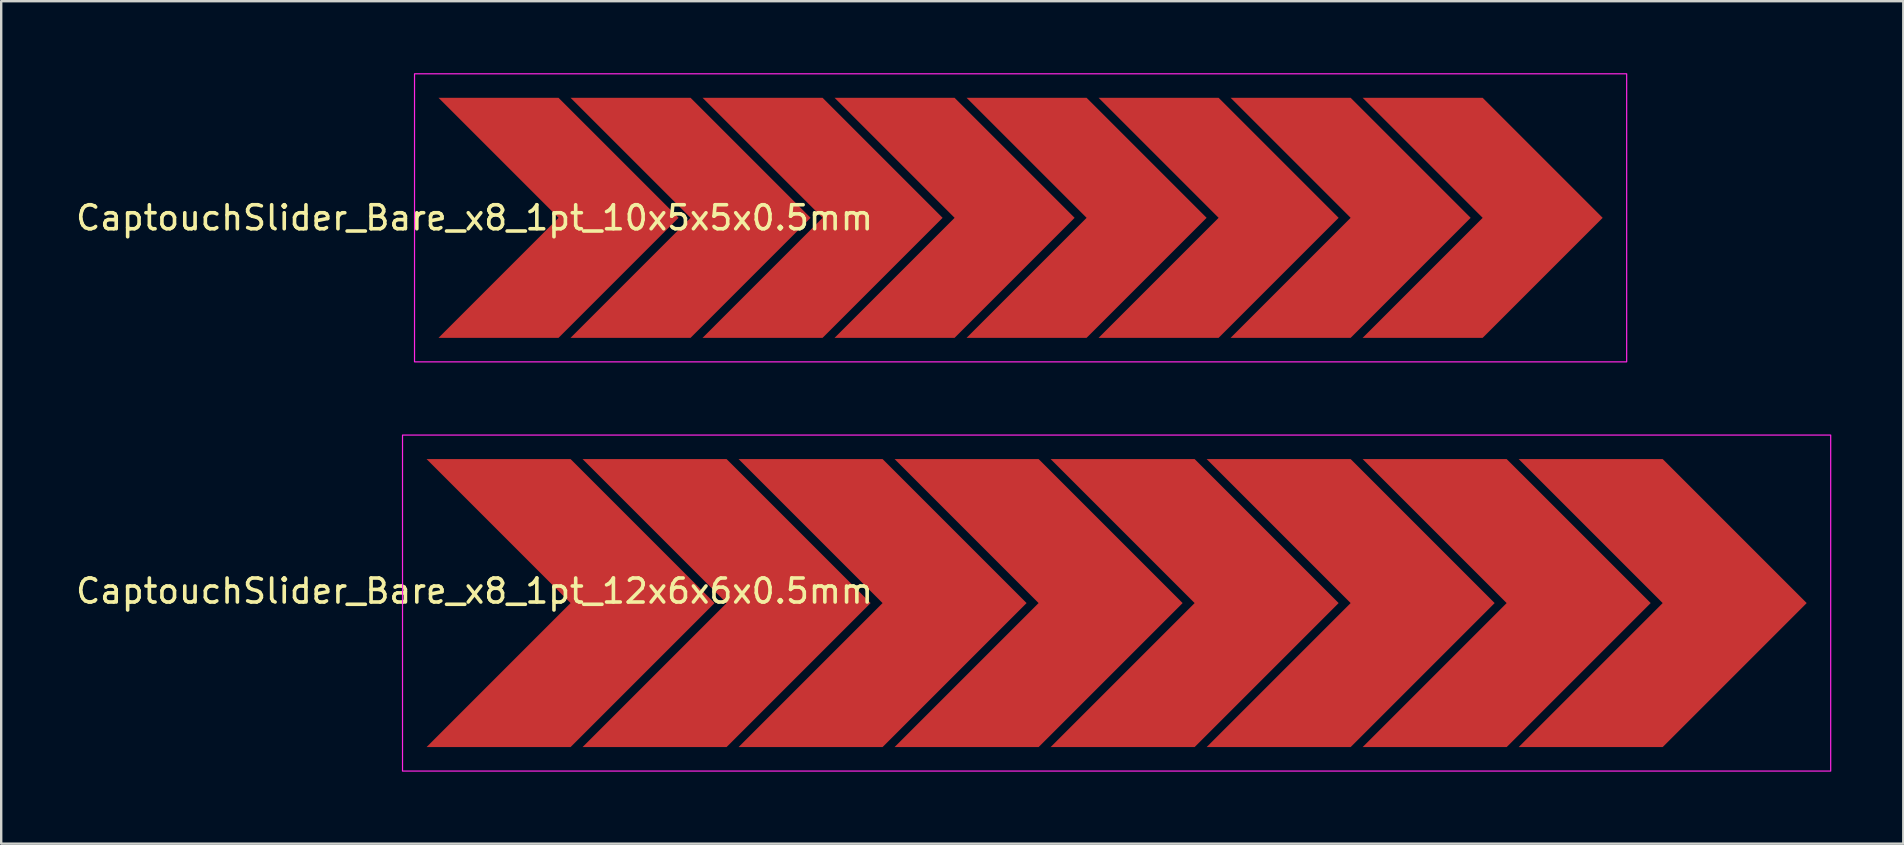
<source format=kicad_pcb>
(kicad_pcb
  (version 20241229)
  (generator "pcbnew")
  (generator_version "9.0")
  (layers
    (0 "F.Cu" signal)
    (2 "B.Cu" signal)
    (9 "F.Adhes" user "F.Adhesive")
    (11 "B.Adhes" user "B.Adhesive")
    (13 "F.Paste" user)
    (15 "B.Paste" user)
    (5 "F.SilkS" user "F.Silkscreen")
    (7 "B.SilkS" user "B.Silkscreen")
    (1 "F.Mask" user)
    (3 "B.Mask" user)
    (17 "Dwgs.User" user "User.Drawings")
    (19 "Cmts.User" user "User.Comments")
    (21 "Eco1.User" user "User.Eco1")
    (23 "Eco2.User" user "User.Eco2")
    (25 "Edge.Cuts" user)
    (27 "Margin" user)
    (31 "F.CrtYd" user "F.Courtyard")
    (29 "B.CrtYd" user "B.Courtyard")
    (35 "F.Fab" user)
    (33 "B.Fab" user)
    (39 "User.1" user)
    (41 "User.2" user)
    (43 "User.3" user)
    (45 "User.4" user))
  (footprint "CaptouchSlider_Bare_x8_1pt_10x5x5x0.5mm"
    (layer "F.Cu")
    (at 23.22 9.025)
    (property "Reference" "CaptouchSlider_Bare_x8_1pt_10x5x5x0.5mm" (at -6.5 -3 0) (layer "F.SilkS") (effects (font (size 1 1) (thickness 0.15))))
    (attr exclude_from_pos_files exclude_from_bom)
    (fp_poly (pts (xy 40.5 -3) (xy 40.5 2) (xy -8 2) (xy -8 -2) (xy -8 -8) (xy 40.5 -8)) (stroke (width 2) (type solid)) (fill yes) (layer "F.Mask"))
    (fp_rect (start -9 -9) (end 41.5 3) (stroke (width 0.05) (type solid)) (fill no) (layer "F.CrtYd"))
    (pad "1" smd custom (at 5 -3 90) (size 1.5 1.5) (layers "F.Cu") (options (anchor circle)) (primitives (gr_poly (pts (xy 0 2.5) (xy -5 -2.5) (xy -5 -7.5) (xy 0 -2.5) (xy 5 -7.5) (xy 5 -2.5)) (width 0) (fill yes))))
    (pad "2" smd custom (at 10.5 -3 90) (size 1.5 1.5) (layers "F.Cu") (options (anchor circle)) (primitives (gr_poly (pts (xy 0 2.5) (xy -5 -2.5) (xy -5 -7.5) (xy 0 -2.5) (xy 5 -7.5) (xy 5 -2.5)) (width 0) (fill yes))))
    (pad "3" smd custom (at 16 -3 90) (size 1.5 1.5) (layers "F.Cu") (options (anchor circle)) (primitives (gr_poly (pts (xy 0 2.5) (xy -5 -2.5) (xy -5 -7.5) (xy 0 -2.5) (xy 5 -7.5) (xy 5 -2.5)) (width 0) (fill yes))))
    (pad "4" smd custom (at 21.5 -3 90) (size 1.5 1.5) (layers "F.Cu") (options (anchor circle)) (primitives (gr_poly (pts (xy 0 2.5) (xy -5 -2.5) (xy -5 -7.5) (xy 0 -2.5) (xy 5 -7.5) (xy 5 -2.5)) (width 0) (fill yes))))
    (pad "5" smd custom (at 27 -3 90) (size 1.5 1.5) (layers "F.Cu") (options (anchor circle)) (primitives (gr_poly (pts (xy 0 2.5) (xy -5 -2.5) (xy -5 -7.5) (xy 0 -2.5) (xy 5 -7.5) (xy 5 -2.5)) (width 0) (fill yes))))
    (pad "6" smd custom (at 32.5 -3 90) (size 1.5 1.5) (layers "F.Cu") (options (anchor circle)) (primitives (gr_poly (pts (xy 0 2.5) (xy -5 -2.5) (xy -5 -7.5) (xy 0 -2.5) (xy 5 -7.5) (xy 5 -2.5)) (width 0) (fill yes))))
    (pad "7" smd custom (at 38 -3 90) (size 1.5 1.5) (layers "F.Cu") (options (anchor circle)) (primitives (gr_poly (pts (xy 0 2.5) (xy -5 -2.5) (xy -5 -7.5) (xy 0 -2.5) (xy 5 -7.5) (xy 5 -2.5)) (width 0) (fill yes))))
    (pad "8" smd custom (at -0.5 -3 90) (size 1.5 1.5) (layers "F.Cu") (options (anchor circle)) (primitives (gr_poly (pts (xy 0 2.5) (xy -5 -2.5) (xy -5 -7.5) (xy 0 -2.5) (xy 5 -7.5) (xy 5 -2.5)) (width 0) (fill yes))))
    (zone (net_name "") (layers "F.Cu" "B.Cu" "F.CrtYd") (hatch edge 0.508) (connect_pads) (min_thickness 0.254) (filled_areas_thickness no) (keepout (tracks not_allowed) (vias not_allowed) (pads not_allowed) (copperpour not_allowed) (footprints not_allowed)) (placement (enabled no)) (fill) (polygon (pts (xy 20.22 6.025) (xy 15.22 11.025) (xy 14.72 11.025) (xy 19.72 6.025) (xy 14.72 1.025) (xy 15.22 1.025))))
    (zone (net_name "") (layers "F.Cu" "B.Cu" "F.CrtYd") (hatch edge 0.508) (connect_pads) (min_thickness 0.254) (filled_areas_thickness no) (keepout (tracks not_allowed) (vias not_allowed) (pads not_allowed) (copperpour not_allowed) (footprints not_allowed)) (placement (enabled no)) (fill) (polygon (pts (xy 25.72 6.025) (xy 20.72 11.025) (xy 20.22 11.025) (xy 25.22 6.025) (xy 20.22 1.025) (xy 20.72 1.025))))
    (zone (net_name "") (layers "F.Cu" "B.Cu" "F.CrtYd") (hatch edge 0.508) (connect_pads) (min_thickness 0.254) (filled_areas_thickness no) (keepout (tracks not_allowed) (vias not_allowed) (pads not_allowed) (copperpour not_allowed) (footprints not_allowed)) (placement (enabled no)) (fill) (polygon (pts (xy 31.22 6.025) (xy 26.22 11.025) (xy 25.72 11.025) (xy 30.72 6.025) (xy 25.72 1.025) (xy 26.22 1.025))))
    (zone (net_name "") (layers "F.Cu" "B.Cu" "F.CrtYd") (hatch edge 0.508) (connect_pads) (min_thickness 0.254) (filled_areas_thickness no) (keepout (tracks not_allowed) (vias not_allowed) (pads not_allowed) (copperpour not_allowed) (footprints not_allowed)) (placement (enabled no)) (fill) (polygon (pts (xy 36.72 6.025) (xy 31.72 11.025) (xy 31.22 11.025) (xy 36.22 6.025) (xy 31.22 1.025) (xy 31.72 1.025))))
    (zone (net_name "") (layers "F.Cu" "B.Cu" "F.CrtYd") (hatch edge 0.508) (connect_pads) (min_thickness 0.254) (filled_areas_thickness no) (keepout (tracks not_allowed) (vias not_allowed) (pads not_allowed) (copperpour not_allowed) (footprints not_allowed)) (placement (enabled no)) (fill) (polygon (pts (xy 42.22 6.025) (xy 37.22 11.025) (xy 36.72 11.025) (xy 41.72 6.025) (xy 36.72 1.025) (xy 37.22 1.025))))
    (zone (net_name "") (layers "F.Cu" "B.Cu" "F.CrtYd") (hatch edge 0.508) (connect_pads) (min_thickness 0.254) (filled_areas_thickness no) (keepout (tracks not_allowed) (vias not_allowed) (pads not_allowed) (copperpour not_allowed) (footprints not_allowed)) (placement (enabled no)) (fill) (polygon (pts (xy 47.72 6.025) (xy 42.72 11.025) (xy 42.22 11.025) (xy 47.22 6.025) (xy 42.22 1.025) (xy 42.72 1.025))))
    (zone (net_name "") (layers "F.Cu" "B.Cu" "F.CrtYd") (hatch edge 0.508) (connect_pads) (min_thickness 0.254) (filled_areas_thickness no) (keepout (tracks not_allowed) (vias not_allowed) (pads not_allowed) (copperpour not_allowed) (footprints not_allowed)) (placement (enabled no)) (fill) (polygon (pts (xy 53.22 6.025) (xy 48.22 11.025) (xy 47.72 11.025) (xy 52.72 6.025) (xy 47.72 1.025) (xy 48.22 1.025))))
    (zone (net_name "") (layers "F.Cu" "B.Cu" "F.CrtYd") (hatch edge 0.508) (connect_pads) (min_thickness 0.254) (filled_areas_thickness no) (keepout (tracks not_allowed) (vias not_allowed) (pads not_allowed) (copperpour not_allowed) (footprints not_allowed)) (placement (enabled no)) (fill) (polygon (pts (xy 58.72 6.025) (xy 53.72 11.025) (xy 53.22 11.025) (xy 58.22 6.025) (xy 53.22 1.025) (xy 53.72 1.025))))
    (zone (net_name "") (layers "F.Cu" "B.Cu" "F.CrtYd") (hatch edge 0.508) (connect_pads) (min_thickness 0.254) (filled_areas_thickness no) (keepout (tracks not_allowed) (vias not_allowed) (pads not_allowed) (copperpour not_allowed) (footprints not_allowed)) (placement (enabled no)) (fill) (polygon (pts (xy 64.22 6.025) (xy 59.22 11.025) (xy 58.72 11.025) (xy 63.72 6.025) (xy 58.72 1.025) (xy 59.22 1.025)))))
  (footprint "CaptouchSlider_Bare_x8_1pt_12x6x6x0.5mm"
    (layer "F.Cu")
    (at 22.72 24.075)
    (property "Reference" "CaptouchSlider_Bare_x8_1pt_12x6x6x0.5mm" (at -6 -2.5 0) (layer "F.SilkS") (effects (font (size 1 1) (thickness 0.15))))
    (attr exclude_from_pos_files exclude_from_bom)
    (fp_poly (pts (xy 49.5 -2) (xy 49.5 4) (xy -8 4) (xy -8 -2) (xy -8 -8) (xy 49.5 -8)) (stroke (width 2) (type solid)) (fill yes) (layer "F.Mask"))
    (fp_rect (start -9 -9) (end 50.5 5) (stroke (width 0.05) (type solid)) (fill no) (layer "F.CrtYd"))
    (pad "1" smd custom (at 7 -2 90) (size 1.5 1.5) (layers "F.Cu") (options (anchor circle)) (primitives (gr_poly (pts (xy 0 3.5) (xy -6 -2.5) (xy -6 -8.5) (xy 0 -2.5) (xy 6 -8.5) (xy 6 -2.5)) (width 0) (fill yes))))
    (pad "2" smd custom (at 13.5 -2 90) (size 1.5 1.5) (layers "F.Cu") (options (anchor circle)) (primitives (gr_poly (pts (xy 0 3.5) (xy -6 -2.5) (xy -6 -8.5) (xy 0 -2.5) (xy 6 -8.5) (xy 6 -2.5)) (width 0) (fill yes))))
    (pad "3" smd custom (at 20 -2 90) (size 1.5 1.5) (layers "F.Cu") (options (anchor circle)) (primitives (gr_poly (pts (xy 0 3.5) (xy -6 -2.5) (xy -6 -8.5) (xy 0 -2.5) (xy 6 -8.5) (xy 6 -2.5)) (width 0) (fill yes))))
    (pad "4" smd custom (at 26.5 -2 90) (size 1.5 1.5) (layers "F.Cu") (options (anchor circle)) (primitives (gr_poly (pts (xy 0 3.5) (xy -6 -2.5) (xy -6 -8.5) (xy 0 -2.5) (xy 6 -8.5) (xy 6 -2.5)) (width 0) (fill yes))))
    (pad "5" smd custom (at 33 -2 90) (size 1.5 1.5) (layers "F.Cu") (options (anchor circle)) (primitives (gr_poly (pts (xy 0 3.5) (xy -6 -2.5) (xy -6 -8.5) (xy 0 -2.5) (xy 6 -8.5) (xy 6 -2.5)) (width 0) (fill yes))))
    (pad "6" smd custom (at 39.5 -2 90) (size 1.5 1.5) (layers "F.Cu") (options (anchor circle)) (primitives (gr_poly (pts (xy 0 3.5) (xy -6 -2.5) (xy -6 -8.5) (xy 0 -2.5) (xy 6 -8.5) (xy 6 -2.5)) (width 0) (fill yes))))
    (pad "7" smd custom (at 46 -2 90) (size 1.5 1.5) (layers "F.Cu") (options (anchor circle)) (primitives (gr_poly (pts (xy 0 3.5) (xy -6 -2.5) (xy -6 -8.5) (xy 0 -2.5) (xy 6 -8.5) (xy 6 -2.5)) (width 0) (fill yes))))
    (pad "8" smd custom (at 0.5 -2 90) (size 1.5 1.5) (layers "F.Cu") (options (anchor circle)) (primitives (gr_poly (pts (xy 0 3.5) (xy -6 -2.5) (xy -6 -8.5) (xy 0 -2.5) (xy 6 -8.5) (xy 6 -2.5)) (width 0) (fill yes))))
    (zone (net_name "") (layers "F.Cu" "B.Cu" "F.CrtYd") (hatch edge 0.508) (connect_pads) (min_thickness 0.254) (filled_areas_thickness no) (keepout (tracks not_allowed) (vias not_allowed) (pads not_allowed) (copperpour not_allowed) (footprints not_allowed)) (placement (enabled no)) (fill) (polygon (pts (xy 20.72 22.075) (xy 14.72 28.075) (xy 14.22 28.075) (xy 20.22 22.075) (xy 14.22 16.075) (xy 14.72 16.075))))
    (zone (net_name "") (layers "F.Cu" "B.Cu" "F.CrtYd") (hatch edge 0.508) (connect_pads) (min_thickness 0.254) (filled_areas_thickness no) (keepout (tracks not_allowed) (vias not_allowed) (pads not_allowed) (copperpour not_allowed) (footprints not_allowed)) (placement (enabled no)) (fill) (polygon (pts (xy 27.22 22.075) (xy 21.22 28.075) (xy 20.72 28.075) (xy 26.72 22.075) (xy 20.72 16.075) (xy 21.22 16.075))))
    (zone (net_name "") (layers "F.Cu" "B.Cu" "F.CrtYd") (hatch edge 0.508) (connect_pads) (min_thickness 0.254) (filled_areas_thickness no) (keepout (tracks not_allowed) (vias not_allowed) (pads not_allowed) (copperpour not_allowed) (footprints not_allowed)) (placement (enabled no)) (fill) (polygon (pts (xy 33.72 22.075) (xy 27.72 28.075) (xy 27.22 28.075) (xy 33.22 22.075) (xy 27.22 16.075) (xy 27.72 16.075))))
    (zone (net_name "") (layers "F.Cu" "B.Cu" "F.CrtYd") (hatch edge 0.508) (connect_pads) (min_thickness 0.254) (filled_areas_thickness no) (keepout (tracks not_allowed) (vias not_allowed) (pads not_allowed) (copperpour not_allowed) (footprints not_allowed)) (placement (enabled no)) (fill) (polygon (pts (xy 40.22 22.075) (xy 34.22 28.075) (xy 33.72 28.075) (xy 39.72 22.075) (xy 33.72 16.075) (xy 34.22 16.075))))
    (zone (net_name "") (layers "F.Cu" "B.Cu" "F.CrtYd") (hatch edge 0.508) (connect_pads) (min_thickness 0.254) (filled_areas_thickness no) (keepout (tracks not_allowed) (vias not_allowed) (pads not_allowed) (copperpour not_allowed) (footprints not_allowed)) (placement (enabled no)) (fill) (polygon (pts (xy 46.72 22.075) (xy 40.72 28.075) (xy 40.22 28.075) (xy 46.22 22.075) (xy 40.22 16.075) (xy 40.72 16.075))))
    (zone (net_name "") (layers "F.Cu" "B.Cu" "F.CrtYd") (hatch edge 0.508) (connect_pads) (min_thickness 0.254) (filled_areas_thickness no) (keepout (tracks not_allowed) (vias not_allowed) (pads not_allowed) (copperpour not_allowed) (footprints not_allowed)) (placement (enabled no)) (fill) (polygon (pts (xy 53.22 22.075) (xy 47.22 28.075) (xy 46.72 28.075) (xy 52.72 22.075) (xy 46.72 16.075) (xy 47.22 16.075))))
    (zone (net_name "") (layers "F.Cu" "B.Cu" "F.CrtYd") (hatch edge 0.508) (connect_pads) (min_thickness 0.254) (filled_areas_thickness no) (keepout (tracks not_allowed) (vias not_allowed) (pads not_allowed) (copperpour not_allowed) (footprints not_allowed)) (placement (enabled no)) (fill) (polygon (pts (xy 59.72 22.075) (xy 53.72 28.075) (xy 53.22 28.075) (xy 59.22 22.075) (xy 53.22 16.075) (xy 53.72 16.075))))
    (zone (net_name "") (layers "F.Cu" "B.Cu" "F.CrtYd") (hatch edge 0.508) (connect_pads) (min_thickness 0.254) (filled_areas_thickness no) (keepout (tracks not_allowed) (vias not_allowed) (pads not_allowed) (copperpour not_allowed) (footprints not_allowed)) (placement (enabled no)) (fill) (polygon (pts (xy 66.22 22.075) (xy 60.22 28.075) (xy 59.72 28.075) (xy 65.72 22.075) (xy 59.72 16.075) (xy 60.22 16.075))))
    (zone (net_name "") (layers "F.Cu" "B.Cu" "F.CrtYd") (hatch edge 0.508) (connect_pads) (min_thickness 0.254) (filled_areas_thickness no) (keepout (tracks not_allowed) (vias not_allowed) (pads not_allowed) (copperpour not_allowed) (footprints not_allowed)) (placement (enabled no)) (fill) (polygon (pts (xy 72.72 22.075) (xy 66.72 28.075) (xy 66.22 28.075) (xy 72.22 22.075) (xy 66.22 16.075) (xy 66.72 16.075)))))
  (gr_rect
    (start -3 -3)
    (end 76.245 32.1)
    (stroke (width 0.1) (type default))
    (fill no)
    (layer "Edge.Cuts")))
</source>
